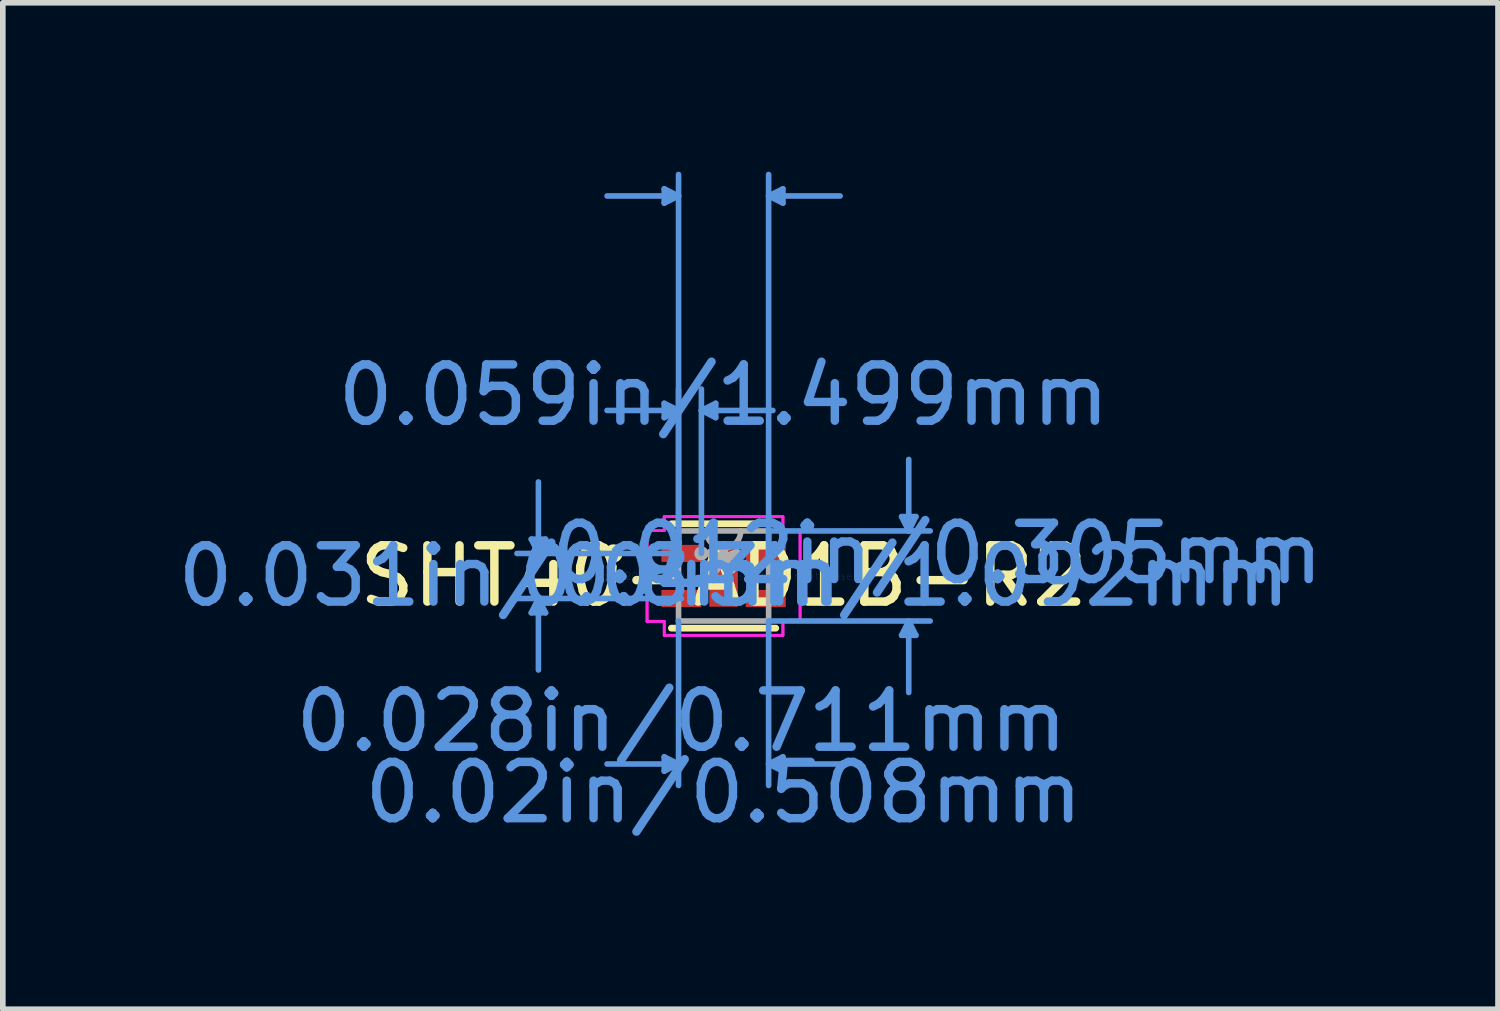
<source format=kicad_pcb>
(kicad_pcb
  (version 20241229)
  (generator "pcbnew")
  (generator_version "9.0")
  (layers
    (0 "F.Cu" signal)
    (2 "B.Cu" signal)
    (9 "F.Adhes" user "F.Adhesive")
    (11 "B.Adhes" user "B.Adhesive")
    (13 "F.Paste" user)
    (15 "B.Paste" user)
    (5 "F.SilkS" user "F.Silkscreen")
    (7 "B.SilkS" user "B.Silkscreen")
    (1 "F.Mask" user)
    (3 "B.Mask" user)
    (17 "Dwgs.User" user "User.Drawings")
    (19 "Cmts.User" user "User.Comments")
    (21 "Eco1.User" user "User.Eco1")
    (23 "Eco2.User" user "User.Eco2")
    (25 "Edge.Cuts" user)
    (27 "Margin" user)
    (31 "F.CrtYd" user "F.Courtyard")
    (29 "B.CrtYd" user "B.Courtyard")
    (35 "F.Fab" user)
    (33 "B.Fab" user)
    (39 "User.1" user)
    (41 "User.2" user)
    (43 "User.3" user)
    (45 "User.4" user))
  (footprint "SHT40-AD1B-R2"
    (layer "F.Cu")
    (at 9.803 7.181)
    (property "Reference" "SHT40-AD1B-R2" (at 0 0 0) (layer "F.SilkS") (effects (font (size 1 1) (thickness 0.15))))
    (attr through_hole)
    (fp_line (start -0.927 0.927) (end 0.927 0.927) (stroke (width 0.12) (type solid)) (layer "F.SilkS"))
    (fp_line (start 0.927 -0.927) (end -0.927 -0.927) (stroke (width 0.12) (type solid)) (layer "F.SilkS"))
    (fp_circle (center -1.956 -0.4) (end -1.854 -0.4) (stroke (width 0.12) (type solid)) (fill no) (layer "F.SilkS"))
    (fp_line (start -3.416 -0.654) (end -3.162 -0.654) (stroke (width 0.1) (type solid)) (layer "Cmts.User"))
    (fp_line (start -3.416 0.654) (end -3.162 0.654) (stroke (width 0.1) (type solid)) (layer "Cmts.User"))
    (fp_line (start -3.289 -0.4) (end -3.416 -0.654) (stroke (width 0.1) (type solid)) (layer "Cmts.User"))
    (fp_line (start -3.289 -0.4) (end -3.289 -1.67) (stroke (width 0.1) (type solid)) (layer "Cmts.User"))
    (fp_line (start -3.289 -0.4) (end -3.162 -0.654) (stroke (width 0.1) (type solid)) (layer "Cmts.User"))
    (fp_line (start -3.289 0.4) (end -3.416 0.654) (stroke (width 0.1) (type solid)) (layer "Cmts.User"))
    (fp_line (start -3.289 0.4) (end -3.289 1.67) (stroke (width 0.1) (type solid)) (layer "Cmts.User"))
    (fp_line (start -3.289 0.4) (end -3.162 0.654) (stroke (width 0.1) (type solid)) (layer "Cmts.User"))
    (fp_line (start -1.054 -6.877) (end -1.054 -6.623) (stroke (width 0.1) (type solid)) (layer "Cmts.User"))
    (fp_line (start -1.054 -3.067) (end -1.054 -2.813) (stroke (width 0.1) (type solid)) (layer "Cmts.User"))
    (fp_line (start -1.054 3.213) (end -1.054 3.467) (stroke (width 0.1) (type solid)) (layer "Cmts.User"))
    (fp_line (start -0.8 -6.75) (end -2.07 -6.75) (stroke (width 0.1) (type solid)) (layer "Cmts.User"))
    (fp_line (start -0.8 -6.75) (end -1.054 -6.877) (stroke (width 0.1) (type solid)) (layer "Cmts.User"))
    (fp_line (start -0.8 -6.75) (end -1.054 -6.623) (stroke (width 0.1) (type solid)) (layer "Cmts.User"))
    (fp_line (start -0.8 -2.94) (end -2.07 -2.94) (stroke (width 0.1) (type solid)) (layer "Cmts.User"))
    (fp_line (start -0.8 -2.94) (end -1.054 -3.067) (stroke (width 0.1) (type solid)) (layer "Cmts.User"))
    (fp_line (start -0.8 -2.94) (end -1.054 -2.813) (stroke (width 0.1) (type solid)) (layer "Cmts.User"))
    (fp_line (start -0.8 -0.4) (end -0.8 -7.131) (stroke (width 0.1) (type solid)) (layer "Cmts.User"))
    (fp_line (start -0.8 -0.4) (end -0.8 -3.321) (stroke (width 0.1) (type solid)) (layer "Cmts.User"))
    (fp_line (start -0.8 0.8) (end -0.8 3.721) (stroke (width 0.1) (type solid)) (layer "Cmts.User"))
    (fp_line (start -0.8 3.34) (end -2.07 3.34) (stroke (width 0.1) (type solid)) (layer "Cmts.User"))
    (fp_line (start -0.8 3.34) (end -1.054 3.213) (stroke (width 0.1) (type solid)) (layer "Cmts.User"))
    (fp_line (start -0.8 3.34) (end -1.054 3.467) (stroke (width 0.1) (type solid)) (layer "Cmts.User"))
    (fp_line (start -0.749 -0.4) (end -3.67 -0.4) (stroke (width 0.1) (type solid)) (layer "Cmts.User"))
    (fp_line (start -0.749 0.4) (end -3.67 0.4) (stroke (width 0.1) (type solid)) (layer "Cmts.User"))
    (fp_line (start -0.394 -2.94) (end -0.14 -3.067) (stroke (width 0.1) (type solid)) (layer "Cmts.User"))
    (fp_line (start -0.394 -2.94) (end -0.14 -2.813) (stroke (width 0.1) (type solid)) (layer "Cmts.User"))
    (fp_line (start -0.394 -2.94) (end 0.876 -2.94) (stroke (width 0.1) (type solid)) (layer "Cmts.User"))
    (fp_line (start -0.394 -0.4) (end -0.394 -3.321) (stroke (width 0.1) (type solid)) (layer "Cmts.User"))
    (fp_line (start -0.14 -3.067) (end -0.14 -2.813) (stroke (width 0.1) (type solid)) (layer "Cmts.User"))
    (fp_line (start 0.8 -6.75) (end 1.054 -6.877) (stroke (width 0.1) (type solid)) (layer "Cmts.User"))
    (fp_line (start 0.8 -6.75) (end 1.054 -6.623) (stroke (width 0.1) (type solid)) (layer "Cmts.User"))
    (fp_line (start 0.8 -6.75) (end 2.07 -6.75) (stroke (width 0.1) (type solid)) (layer "Cmts.User"))
    (fp_line (start 0.8 -0.8) (end 3.67 -0.8) (stroke (width 0.1) (type solid)) (layer "Cmts.User"))
    (fp_line (start 0.8 -0.4) (end 0.8 -7.131) (stroke (width 0.1) (type solid)) (layer "Cmts.User"))
    (fp_line (start 0.8 0.8) (end 0.8 3.721) (stroke (width 0.1) (type solid)) (layer "Cmts.User"))
    (fp_line (start 0.8 0.8) (end 3.67 0.8) (stroke (width 0.1) (type solid)) (layer "Cmts.User"))
    (fp_line (start 0.8 3.34) (end 1.054 3.213) (stroke (width 0.1) (type solid)) (layer "Cmts.User"))
    (fp_line (start 0.8 3.34) (end 1.054 3.467) (stroke (width 0.1) (type solid)) (layer "Cmts.User"))
    (fp_line (start 0.8 3.34) (end 2.07 3.34) (stroke (width 0.1) (type solid)) (layer "Cmts.User"))
    (fp_line (start 1.054 -6.877) (end 1.054 -6.623) (stroke (width 0.1) (type solid)) (layer "Cmts.User"))
    (fp_line (start 1.054 3.213) (end 1.054 3.467) (stroke (width 0.1) (type solid)) (layer "Cmts.User"))
    (fp_line (start 3.162 -1.054) (end 3.416 -1.054) (stroke (width 0.1) (type solid)) (layer "Cmts.User"))
    (fp_line (start 3.162 1.054) (end 3.416 1.054) (stroke (width 0.1) (type solid)) (layer "Cmts.User"))
    (fp_line (start 3.289 -0.8) (end 3.162 -1.054) (stroke (width 0.1) (type solid)) (layer "Cmts.User"))
    (fp_line (start 3.289 -0.8) (end 3.289 -2.07) (stroke (width 0.1) (type solid)) (layer "Cmts.User"))
    (fp_line (start 3.289 -0.8) (end 3.416 -1.054) (stroke (width 0.1) (type solid)) (layer "Cmts.User"))
    (fp_line (start 3.289 0.8) (end 3.162 1.054) (stroke (width 0.1) (type solid)) (layer "Cmts.User"))
    (fp_line (start 3.289 0.8) (end 3.289 2.07) (stroke (width 0.1) (type solid)) (layer "Cmts.User"))
    (fp_line (start 3.289 0.8) (end 3.416 1.054) (stroke (width 0.1) (type solid)) (layer "Cmts.User"))
    (fp_line (start -1.359 -0.806) (end -1.054 -0.806) (stroke (width 0.05) (type solid)) (layer "F.CrtYd"))
    (fp_line (start -1.359 -0.806) (end -1.054 -0.806) (stroke (width 0.05) (type solid)) (layer "F.CrtYd"))
    (fp_line (start -1.359 0.806) (end -1.359 -0.806) (stroke (width 0.05) (type solid)) (layer "F.CrtYd"))
    (fp_line (start -1.359 0.806) (end -1.359 -0.806) (stroke (width 0.05) (type solid)) (layer "F.CrtYd"))
    (fp_line (start -1.359 0.806) (end -1.054 0.806) (stroke (width 0.05) (type solid)) (layer "F.CrtYd"))
    (fp_line (start -1.054 -1.054) (end 1.054 -1.054) (stroke (width 0.05) (type solid)) (layer "F.CrtYd"))
    (fp_line (start -1.054 -1.054) (end 1.054 -1.054) (stroke (width 0.05) (type solid)) (layer "F.CrtYd"))
    (fp_line (start -1.054 -0.806) (end -1.054 -1.054) (stroke (width 0.05) (type solid)) (layer "F.CrtYd"))
    (fp_line (start -1.054 -0.806) (end -1.054 -1.054) (stroke (width 0.05) (type solid)) (layer "F.CrtYd"))
    (fp_line (start -1.054 0.806) (end -1.359 0.806) (stroke (width 0.05) (type solid)) (layer "F.CrtYd"))
    (fp_line (start -1.054 1.054) (end -1.054 0.806) (stroke (width 0.05) (type solid)) (layer "F.CrtYd"))
    (fp_line (start -1.054 1.054) (end -1.054 0.806) (stroke (width 0.05) (type solid)) (layer "F.CrtYd"))
    (fp_line (start 1.054 -1.054) (end 1.054 -0.806) (stroke (width 0.05) (type solid)) (layer "F.CrtYd"))
    (fp_line (start 1.054 -1.054) (end 1.054 -0.806) (stroke (width 0.05) (type solid)) (layer "F.CrtYd"))
    (fp_line (start 1.054 -0.806) (end 1.359 -0.806) (stroke (width 0.05) (type solid)) (layer "F.CrtYd"))
    (fp_line (start 1.054 0.806) (end 1.054 1.054) (stroke (width 0.05) (type solid)) (layer "F.CrtYd"))
    (fp_line (start 1.054 0.806) (end 1.054 1.054) (stroke (width 0.05) (type solid)) (layer "F.CrtYd"))
    (fp_line (start 1.054 1.054) (end -1.054 1.054) (stroke (width 0.05) (type solid)) (layer "F.CrtYd"))
    (fp_line (start 1.054 1.054) (end -1.054 1.054) (stroke (width 0.05) (type solid)) (layer "F.CrtYd"))
    (fp_line (start 1.359 -0.806) (end 1.054 -0.806) (stroke (width 0.05) (type solid)) (layer "F.CrtYd"))
    (fp_line (start 1.359 -0.806) (end 1.359 0.806) (stroke (width 0.05) (type solid)) (layer "F.CrtYd"))
    (fp_line (start 1.359 -0.806) (end 1.359 0.806) (stroke (width 0.05) (type solid)) (layer "F.CrtYd"))
    (fp_line (start 1.359 0.806) (end 1.054 0.806) (stroke (width 0.05) (type solid)) (layer "F.CrtYd"))
    (fp_line (start 1.359 0.806) (end 1.054 0.806) (stroke (width 0.05) (type solid)) (layer "F.CrtYd"))
    (fp_line (start -0.8 -0.8) (end -0.8 0.8) (stroke (width 0.1) (type solid)) (layer "F.Fab"))
    (fp_line (start -0.8 0.8) (end 0.8 0.8) (stroke (width 0.1) (type solid)) (layer "F.Fab"))
    (fp_line (start 0.8 -0.8) (end -0.8 -0.8) (stroke (width 0.1) (type solid)) (layer "F.Fab"))
    (fp_line (start 0.8 0.8) (end 0.8 -0.8) (stroke (width 0.1) (type solid)) (layer "F.Fab"))
    (fp_arc (start 0.3048 -0.8001) (mid 0 -0.4953) (end -0.3048 -0.8001) (stroke (width 0.1) (type solid)) (layer "F.Fab"))
    (fp_circle (center -0.394 -0.4) (end -0.318 -0.4) (stroke (width 0.1) (type solid)) (fill no) (layer "F.Fab"))
    (fp_text user "*" (at 0 0 0) (layer "F.SilkS") (effects (font (size 1 1) (thickness 0.15))))
    (fp_text user "0.028in/0.711mm" (at -0.749 2.578 0) (layer "Cmts.User") (effects (font (size 1 1) (thickness 0.15))))
    (fp_text user "0.043in/1.092mm" (at 3.213 0 0) (layer "Cmts.User") (effects (font (size 1 1) (thickness 0.15))))
    (fp_text user "0.059in/1.499mm" (at 0 -3.213 0) (layer "Cmts.User") (effects (font (size 1 1) (thickness 0.15))))
    (fp_text user "0.031in/0.8mm" (at -3.797 0 0) (layer "Cmts.User") (effects (font (size 1 1) (thickness 0.15))))
    (fp_text user "0.012in/0.305mm" (at 3.797 -0.4 0) (layer "Cmts.User") (effects (font (size 1 1) (thickness 0.15))))
    (fp_text user "Copyright 2021 Accelerated Designs. All rights reserved." (at 0 0 0) (layer "Cmts.User") (effects (font (size 0.127 0.127) (thickness 0.002))))
    (fp_text user "0.02in/0.508mm" (at 0 3.848 0) (layer "Cmts.User") (effects (font (size 1 1) (thickness 0.15))))
    (fp_text user "*" (at 0 0 0) (layer "F.Fab") (effects (font (size 1 1) (thickness 0.15))))
    (pad "1" smd rect (at -0.749 -0.4) (size 0.711 0.305) (layers "F.Cu" "F.Mask" "F.Paste"))
    (pad "2" smd rect (at -0.749 0.4) (size 0.711 0.305) (layers "F.Cu" "F.Mask" "F.Paste"))
    (pad "3" smd rect (at 0.749 0.4) (size 0.711 0.305) (layers "F.Cu" "F.Mask" "F.Paste"))
    (pad "4" smd rect (at 0.749 -0.4) (size 0.711 0.305) (layers "F.Cu" "F.Mask" "F.Paste"))
    (pad "5" smd rect (at 0 0) (size 0.508 1.092) (layers "F.Cu" "F.Mask" "F.Paste")))
  (gr_rect
    (start -3 -3)
    (end 23.559 14.877)
    (stroke (width 0.1) (type default))
    (fill no)
    (layer "Edge.Cuts")))
</source>
